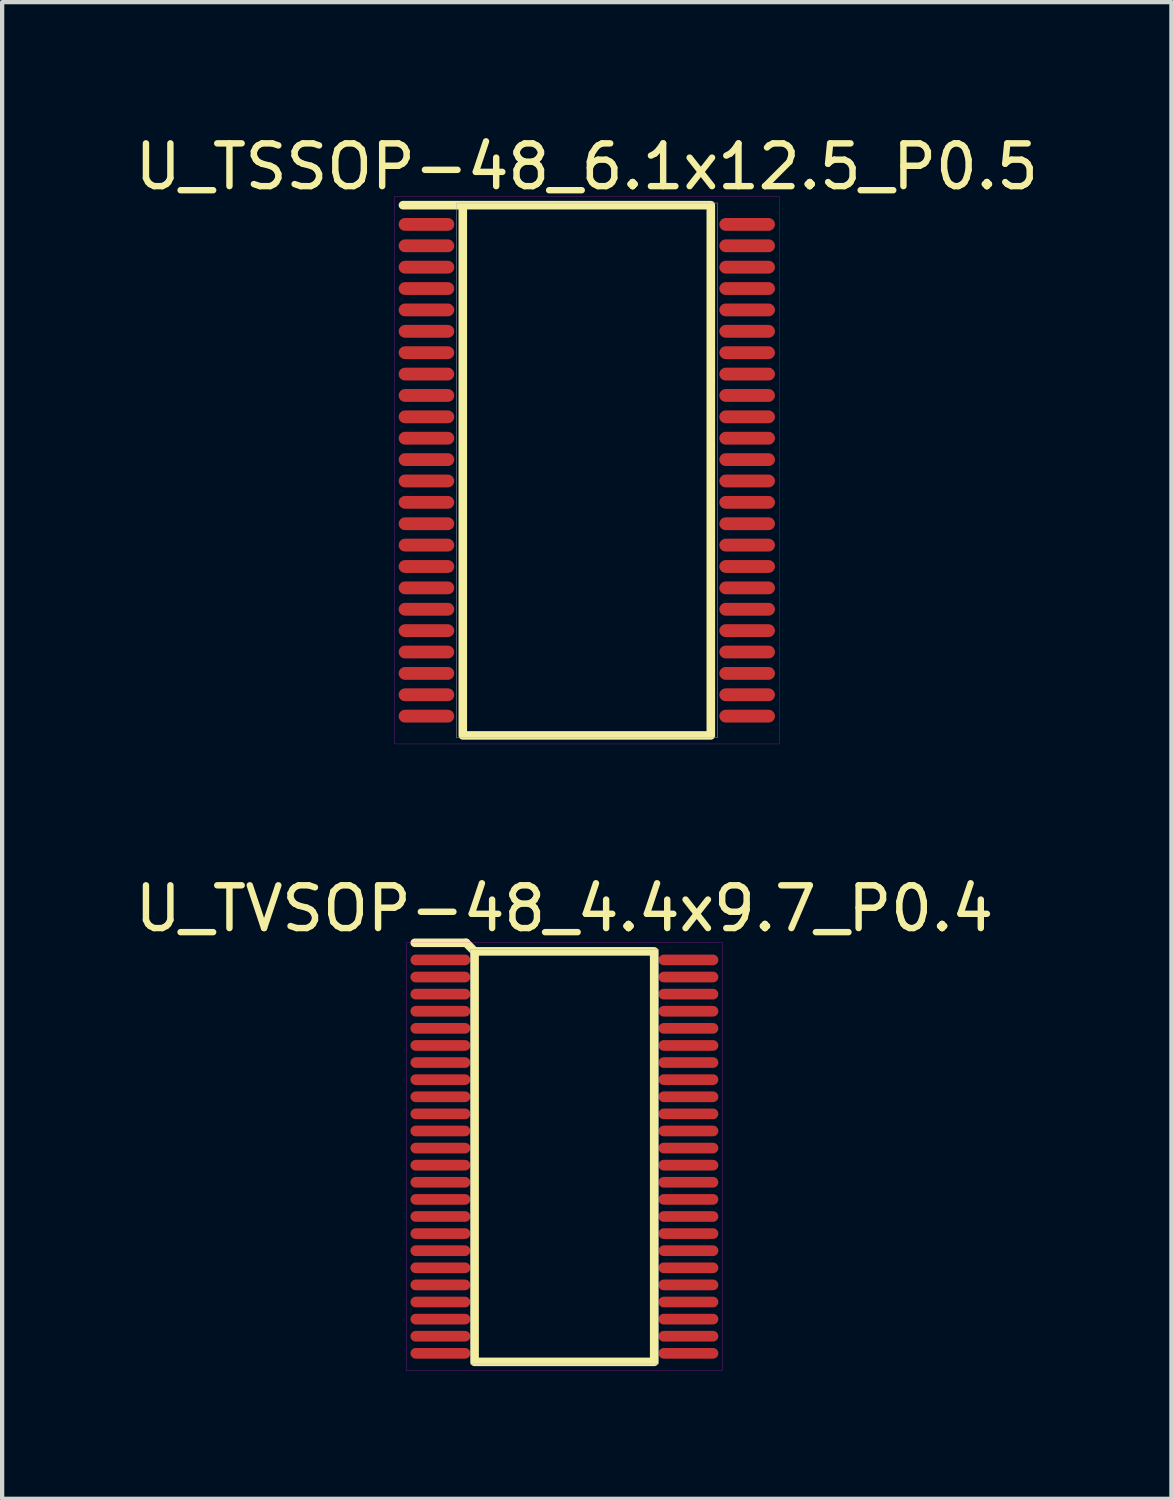
<source format=kicad_pcb>
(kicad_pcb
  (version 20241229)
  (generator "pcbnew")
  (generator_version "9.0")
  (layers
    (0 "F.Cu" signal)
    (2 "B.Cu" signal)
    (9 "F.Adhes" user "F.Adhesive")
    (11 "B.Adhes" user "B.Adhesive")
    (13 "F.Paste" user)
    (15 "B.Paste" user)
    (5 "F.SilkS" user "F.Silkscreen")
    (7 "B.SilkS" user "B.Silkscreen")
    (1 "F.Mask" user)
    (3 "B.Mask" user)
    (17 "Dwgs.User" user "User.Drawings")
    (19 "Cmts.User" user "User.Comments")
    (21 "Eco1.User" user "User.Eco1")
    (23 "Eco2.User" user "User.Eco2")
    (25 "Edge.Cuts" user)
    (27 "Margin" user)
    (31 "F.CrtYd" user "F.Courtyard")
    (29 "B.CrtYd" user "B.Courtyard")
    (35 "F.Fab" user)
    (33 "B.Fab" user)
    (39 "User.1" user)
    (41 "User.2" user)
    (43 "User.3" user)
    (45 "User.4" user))
  (footprint "U_TSSOP-48_6.1x12.5_P0.5"
    (layer "F.Cu")
    (at 10.673 7.948)
    (property "Reference" "U_TSSOP-48_6.1x12.5_P0.5" (at 0 -7.1 0) (layer "F.SilkS") (effects (font (size 1 1) (thickness 0.15))))
    (attr smd)
    (fp_line (start -4.3 -6.2) (end -2.9 -6.2) (stroke (width 0.2) (type solid)) (layer "F.SilkS"))
    (fp_rect (start -2.9 -6.2) (end 2.9 6.2) (stroke (width 0.2) (type solid)) (fill no) (layer "F.SilkS"))
    (fp_rect (start -4.5 -6.4) (end 4.5 6.4) (stroke (width 0.005) (type solid)) (fill no) (layer "F.CrtYd"))
    (fp_line (start -3.05 -6.25) (end 3.05 -6.25) (stroke (width 0.01) (type solid)) (layer "F.Fab"))
    (fp_line (start -3.05 6.25) (end -3.05 -6.25) (stroke (width 0.01) (type solid)) (layer "F.Fab"))
    (fp_line (start -3.05 6.25) (end 3.05 6.25) (stroke (width 0.01) (type solid)) (layer "F.Fab"))
    (fp_line (start 3.05 6.25) (end 3.05 -6.25) (stroke (width 0.01) (type solid)) (layer "F.Fab"))
    (pad "1" smd oval (at -3.75 -5.75) (size 1.3 0.3) (layers "F.Cu" "F.Mask" "F.Paste"))
    (pad "2" smd oval (at -3.75 -5.25) (size 1.3 0.3) (layers "F.Cu" "F.Mask" "F.Paste"))
    (pad "3" smd oval (at -3.75 -4.75) (size 1.3 0.3) (layers "F.Cu" "F.Mask" "F.Paste"))
    (pad "4" smd oval (at -3.75 -4.25) (size 1.3 0.3) (layers "F.Cu" "F.Mask" "F.Paste"))
    (pad "5" smd oval (at -3.75 -3.75) (size 1.3 0.3) (layers "F.Cu" "F.Mask" "F.Paste"))
    (pad "6" smd oval (at -3.75 -3.25) (size 1.3 0.3) (layers "F.Cu" "F.Mask" "F.Paste"))
    (pad "7" smd oval (at -3.75 -2.75) (size 1.3 0.3) (layers "F.Cu" "F.Mask" "F.Paste"))
    (pad "8" smd oval (at -3.75 -2.25) (size 1.3 0.3) (layers "F.Cu" "F.Mask" "F.Paste"))
    (pad "9" smd oval (at -3.75 -1.75) (size 1.3 0.3) (layers "F.Cu" "F.Mask" "F.Paste"))
    (pad "10" smd oval (at -3.75 -1.25) (size 1.3 0.3) (layers "F.Cu" "F.Mask" "F.Paste"))
    (pad "11" smd oval (at -3.75 -0.75) (size 1.3 0.3) (layers "F.Cu" "F.Mask" "F.Paste"))
    (pad "12" smd oval (at -3.75 -0.25) (size 1.3 0.3) (layers "F.Cu" "F.Mask" "F.Paste"))
    (pad "13" smd oval (at -3.75 0.25) (size 1.3 0.3) (layers "F.Cu" "F.Mask" "F.Paste"))
    (pad "14" smd oval (at -3.75 0.75) (size 1.3 0.3) (layers "F.Cu" "F.Mask" "F.Paste"))
    (pad "15" smd oval (at -3.75 1.25) (size 1.3 0.3) (layers "F.Cu" "F.Mask" "F.Paste"))
    (pad "16" smd oval (at -3.75 1.75) (size 1.3 0.3) (layers "F.Cu" "F.Mask" "F.Paste"))
    (pad "17" smd oval (at -3.75 2.25) (size 1.3 0.3) (layers "F.Cu" "F.Mask" "F.Paste"))
    (pad "18" smd oval (at -3.75 2.75) (size 1.3 0.3) (layers "F.Cu" "F.Mask" "F.Paste"))
    (pad "19" smd oval (at -3.75 3.25) (size 1.3 0.3) (layers "F.Cu" "F.Mask" "F.Paste"))
    (pad "20" smd oval (at -3.75 3.75) (size 1.3 0.3) (layers "F.Cu" "F.Mask" "F.Paste"))
    (pad "21" smd oval (at -3.75 4.25) (size 1.3 0.3) (layers "F.Cu" "F.Mask" "F.Paste"))
    (pad "22" smd oval (at -3.75 4.75) (size 1.3 0.3) (layers "F.Cu" "F.Mask" "F.Paste"))
    (pad "23" smd oval (at -3.75 5.25) (size 1.3 0.3) (layers "F.Cu" "F.Mask" "F.Paste"))
    (pad "24" smd oval (at -3.75 5.75) (size 1.3 0.3) (layers "F.Cu" "F.Mask" "F.Paste"))
    (pad "25" smd oval (at 3.75 5.75) (size 1.3 0.3) (layers "F.Cu" "F.Mask" "F.Paste"))
    (pad "26" smd oval (at 3.75 5.25) (size 1.3 0.3) (layers "F.Cu" "F.Mask" "F.Paste"))
    (pad "27" smd oval (at 3.75 4.75) (size 1.3 0.3) (layers "F.Cu" "F.Mask" "F.Paste"))
    (pad "28" smd oval (at 3.75 4.25) (size 1.3 0.3) (layers "F.Cu" "F.Mask" "F.Paste"))
    (pad "29" smd oval (at 3.75 3.75) (size 1.3 0.3) (layers "F.Cu" "F.Mask" "F.Paste"))
    (pad "30" smd oval (at 3.75 3.25) (size 1.3 0.3) (layers "F.Cu" "F.Mask" "F.Paste"))
    (pad "31" smd oval (at 3.75 2.75) (size 1.3 0.3) (layers "F.Cu" "F.Mask" "F.Paste"))
    (pad "32" smd oval (at 3.75 2.25) (size 1.3 0.3) (layers "F.Cu" "F.Mask" "F.Paste"))
    (pad "33" smd oval (at 3.75 1.75) (size 1.3 0.3) (layers "F.Cu" "F.Mask" "F.Paste"))
    (pad "34" smd oval (at 3.75 1.25) (size 1.3 0.3) (layers "F.Cu" "F.Mask" "F.Paste"))
    (pad "35" smd oval (at 3.75 0.75) (size 1.3 0.3) (layers "F.Cu" "F.Mask" "F.Paste"))
    (pad "36" smd oval (at 3.75 0.25) (size 1.3 0.3) (layers "F.Cu" "F.Mask" "F.Paste"))
    (pad "37" smd oval (at 3.75 -0.25) (size 1.3 0.3) (layers "F.Cu" "F.Mask" "F.Paste"))
    (pad "38" smd oval (at 3.75 -0.75) (size 1.3 0.3) (layers "F.Cu" "F.Mask" "F.Paste"))
    (pad "39" smd oval (at 3.75 -1.25) (size 1.3 0.3) (layers "F.Cu" "F.Mask" "F.Paste"))
    (pad "40" smd oval (at 3.75 -1.75) (size 1.3 0.3) (layers "F.Cu" "F.Mask" "F.Paste"))
    (pad "41" smd oval (at 3.75 -2.25) (size 1.3 0.3) (layers "F.Cu" "F.Mask" "F.Paste"))
    (pad "42" smd oval (at 3.75 -2.75) (size 1.3 0.3) (layers "F.Cu" "F.Mask" "F.Paste"))
    (pad "43" smd oval (at 3.75 -3.25) (size 1.3 0.3) (layers "F.Cu" "F.Mask" "F.Paste"))
    (pad "44" smd oval (at 3.75 -3.75) (size 1.3 0.3) (layers "F.Cu" "F.Mask" "F.Paste"))
    (pad "45" smd oval (at 3.75 -4.25) (size 1.3 0.3) (layers "F.Cu" "F.Mask" "F.Paste"))
    (pad "46" smd oval (at 3.75 -4.75) (size 1.3 0.3) (layers "F.Cu" "F.Mask" "F.Paste"))
    (pad "47" smd oval (at 3.75 -5.25) (size 1.3 0.3) (layers "F.Cu" "F.Mask" "F.Paste"))
    (pad "48" smd oval (at 3.75 -5.75) (size 1.3 0.3) (layers "F.Cu" "F.Mask" "F.Paste")))
  (footprint "U_TVSOP-48_4.4x9.7_P0.4"
    (layer "F.Cu")
    (at 10.149 23.999)
    (property "Reference" "U_TVSOP-48_4.4x9.7_P0.4" (at 0 -5.8 0) (layer "F.SilkS") (effects (font (size 1 1) (thickness 0.15))))
    (attr smd)
    (fp_line (start -3.5 -5) (end -2.3 -5) (stroke (width 0.2) (type solid)) (layer "F.SilkS"))
    (fp_line (start -2.3 -5) (end -2.1 -4.8) (stroke (width 0.2) (type solid)) (layer "F.SilkS"))
    (fp_rect (start 2.1 -4.8) (end -2.1 4.8) (stroke (width 0.2) (type solid)) (fill no) (layer "F.SilkS"))
    (fp_rect (start -3.7 -5) (end 3.7 5) (stroke (width 0.005) (type solid)) (fill no) (layer "F.CrtYd"))
    (fp_line (start -2.2 -4.85) (end -2.2 4.85) (stroke (width 0.01) (type solid)) (layer "F.Fab"))
    (fp_line (start -2.2 -4.85) (end 2.2 -4.85) (stroke (width 0.01) (type solid)) (layer "F.Fab"))
    (fp_line (start -2.2 4.85) (end 2.2 4.85) (stroke (width 0.01) (type solid)) (layer "F.Fab"))
    (fp_line (start 2.2 -4.85) (end 2.2 4.85) (stroke (width 0.01) (type solid)) (layer "F.Fab"))
    (pad "1" smd oval (at -2.9 -4.6) (size 1.4 0.25) (layers "F.Cu" "F.Mask" "F.Paste"))
    (pad "2" smd oval (at -2.9 -4.2) (size 1.4 0.25) (layers "F.Cu" "F.Mask" "F.Paste"))
    (pad "3" smd oval (at -2.9 -3.8) (size 1.4 0.25) (layers "F.Cu" "F.Mask" "F.Paste"))
    (pad "4" smd oval (at -2.9 -3.4) (size 1.4 0.25) (layers "F.Cu" "F.Mask" "F.Paste"))
    (pad "5" smd oval (at -2.9 -3) (size 1.4 0.25) (layers "F.Cu" "F.Mask" "F.Paste"))
    (pad "6" smd oval (at -2.9 -2.6) (size 1.4 0.25) (layers "F.Cu" "F.Mask" "F.Paste"))
    (pad "7" smd oval (at -2.9 -2.2) (size 1.4 0.25) (layers "F.Cu" "F.Mask" "F.Paste"))
    (pad "8" smd oval (at -2.9 -1.8) (size 1.4 0.25) (layers "F.Cu" "F.Mask" "F.Paste"))
    (pad "9" smd oval (at -2.9 -1.4) (size 1.4 0.25) (layers "F.Cu" "F.Mask" "F.Paste"))
    (pad "10" smd oval (at -2.9 -1) (size 1.4 0.25) (layers "F.Cu" "F.Mask" "F.Paste"))
    (pad "11" smd oval (at -2.9 -0.6) (size 1.4 0.25) (layers "F.Cu" "F.Mask" "F.Paste"))
    (pad "12" smd oval (at -2.9 -0.2) (size 1.4 0.25) (layers "F.Cu" "F.Mask" "F.Paste"))
    (pad "13" smd oval (at -2.9 0.2) (size 1.4 0.25) (layers "F.Cu" "F.Mask" "F.Paste"))
    (pad "14" smd oval (at -2.9 0.6) (size 1.4 0.25) (layers "F.Cu" "F.Mask" "F.Paste"))
    (pad "15" smd oval (at -2.9 1) (size 1.4 0.25) (layers "F.Cu" "F.Mask" "F.Paste"))
    (pad "16" smd oval (at -2.9 1.4) (size 1.4 0.25) (layers "F.Cu" "F.Mask" "F.Paste"))
    (pad "17" smd oval (at -2.9 1.8) (size 1.4 0.25) (layers "F.Cu" "F.Mask" "F.Paste"))
    (pad "18" smd oval (at -2.9 2.2) (size 1.4 0.25) (layers "F.Cu" "F.Mask" "F.Paste"))
    (pad "19" smd oval (at -2.9 2.6) (size 1.4 0.25) (layers "F.Cu" "F.Mask" "F.Paste"))
    (pad "20" smd oval (at -2.9 3) (size 1.4 0.25) (layers "F.Cu" "F.Mask" "F.Paste"))
    (pad "21" smd oval (at -2.9 3.4) (size 1.4 0.25) (layers "F.Cu" "F.Mask" "F.Paste"))
    (pad "22" smd oval (at -2.9 3.8) (size 1.4 0.25) (layers "F.Cu" "F.Mask" "F.Paste"))
    (pad "23" smd oval (at -2.9 4.2) (size 1.4 0.25) (layers "F.Cu" "F.Mask" "F.Paste"))
    (pad "24" smd oval (at -2.9 4.6) (size 1.4 0.25) (layers "F.Cu" "F.Mask" "F.Paste"))
    (pad "25" smd oval (at 2.9 4.6) (size 1.4 0.25) (layers "F.Cu" "F.Mask" "F.Paste"))
    (pad "26" smd oval (at 2.9 4.2) (size 1.4 0.25) (layers "F.Cu" "F.Mask" "F.Paste"))
    (pad "27" smd oval (at 2.9 3.8) (size 1.4 0.25) (layers "F.Cu" "F.Mask" "F.Paste"))
    (pad "28" smd oval (at 2.9 3.4) (size 1.4 0.25) (layers "F.Cu" "F.Mask" "F.Paste"))
    (pad "29" smd oval (at 2.9 3) (size 1.4 0.25) (layers "F.Cu" "F.Mask" "F.Paste"))
    (pad "30" smd oval (at 2.9 2.6) (size 1.4 0.25) (layers "F.Cu" "F.Mask" "F.Paste"))
    (pad "31" smd oval (at 2.9 2.2) (size 1.4 0.25) (layers "F.Cu" "F.Mask" "F.Paste"))
    (pad "32" smd oval (at 2.9 1.8) (size 1.4 0.25) (layers "F.Cu" "F.Mask" "F.Paste"))
    (pad "33" smd oval (at 2.9 1.4) (size 1.4 0.25) (layers "F.Cu" "F.Mask" "F.Paste"))
    (pad "34" smd oval (at 2.9 1) (size 1.4 0.25) (layers "F.Cu" "F.Mask" "F.Paste"))
    (pad "35" smd oval (at 2.9 0.6) (size 1.4 0.25) (layers "F.Cu" "F.Mask" "F.Paste"))
    (pad "36" smd oval (at 2.9 0.2) (size 1.4 0.25) (layers "F.Cu" "F.Mask" "F.Paste"))
    (pad "37" smd oval (at 2.9 -0.2) (size 1.4 0.25) (layers "F.Cu" "F.Mask" "F.Paste"))
    (pad "38" smd oval (at 2.9 -0.6) (size 1.4 0.25) (layers "F.Cu" "F.Mask" "F.Paste"))
    (pad "39" smd oval (at 2.9 -1) (size 1.4 0.25) (layers "F.Cu" "F.Mask" "F.Paste"))
    (pad "40" smd oval (at 2.9 -1.4) (size 1.4 0.25) (layers "F.Cu" "F.Mask" "F.Paste"))
    (pad "41" smd oval (at 2.9 -1.8) (size 1.4 0.25) (layers "F.Cu" "F.Mask" "F.Paste"))
    (pad "42" smd oval (at 2.9 -2.2) (size 1.4 0.25) (layers "F.Cu" "F.Mask" "F.Paste"))
    (pad "43" smd oval (at 2.9 -2.6) (size 1.4 0.25) (layers "F.Cu" "F.Mask" "F.Paste"))
    (pad "44" smd oval (at 2.9 -3) (size 1.4 0.25) (layers "F.Cu" "F.Mask" "F.Paste"))
    (pad "45" smd oval (at 2.9 -3.4) (size 1.4 0.25) (layers "F.Cu" "F.Mask" "F.Paste"))
    (pad "46" smd oval (at 2.9 -3.8) (size 1.4 0.25) (layers "F.Cu" "F.Mask" "F.Paste"))
    (pad "47" smd oval (at 2.9 -4.2) (size 1.4 0.25) (layers "F.Cu" "F.Mask" "F.Paste"))
    (pad "48" smd oval (at 2.9 -4.6) (size 1.4 0.25) (layers "F.Cu" "F.Mask" "F.Paste")))
  (gr_rect
    (start -3 -3)
    (end 24.345 32.002)
    (stroke (width 0.1) (type default))
    (fill no)
    (layer "Edge.Cuts")))
</source>
